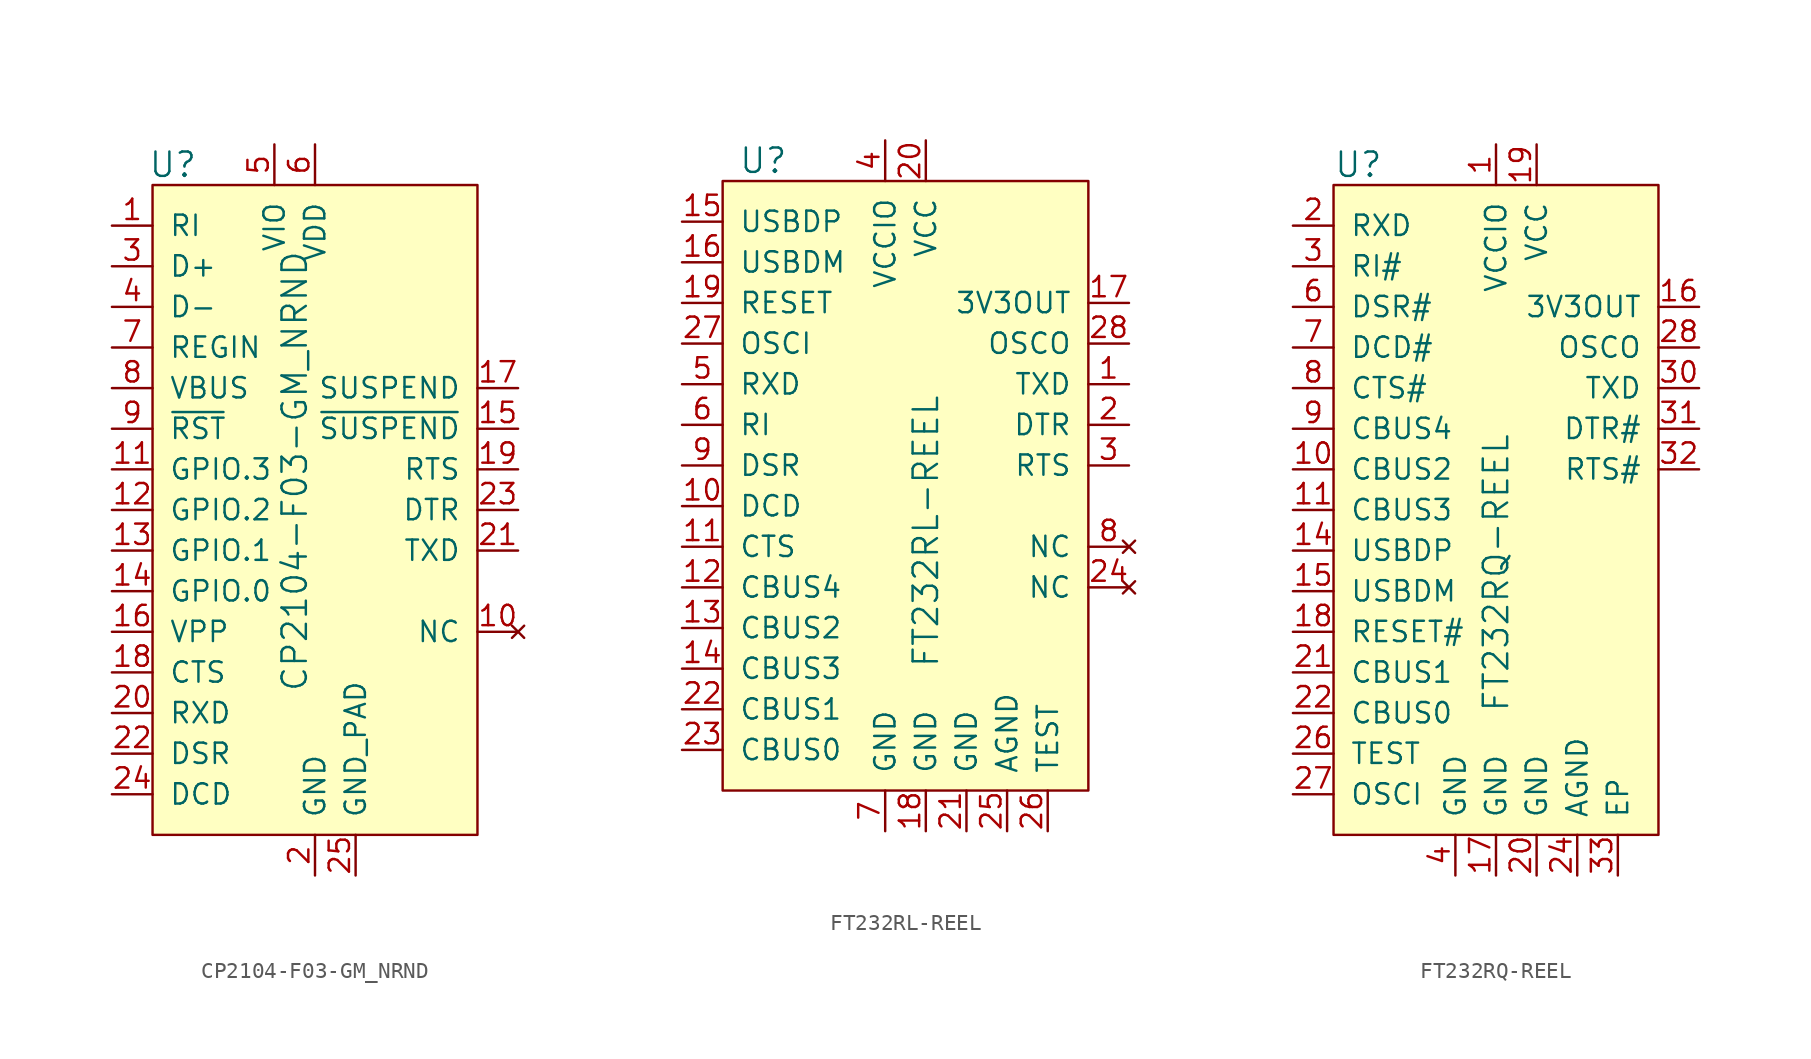
<source format=kicad_sym>
(kicad_symbol_lib
  (version 20220914)
  (generator kicad_symbol_editor)
  (symbol "CP2104-F03-GM_NRND"
    (pin_names
      (offset 1.016))
    (property "Reference" "U"
      (at -8.89 16.51 0)
      (effects (font (size 1.524 1.524))))
    (property "Value" "CP2104-F03-GM_NRND"
      (at -1.27 -16.51 90)
      (effects (font (size 1.524 1.524)) (justify left)))
    (symbol "CP2104-F03-GM_NRND_0_1"
      (rectangle (start -10.16 15.24) (end 10.16 -25.4) (stroke (width 0) (type solid)) (fill (type background))))
    (symbol "CP2104-F03-GM_NRND_1_1"
      (pin input line (at -12.7 12.7 0) (length 2.54) (name "RI" (effects (font (size 1.27 1.27)))) (number "1" (effects (font (size 1.27 1.27)))))
      (pin no_connect line (at 12.7 -12.7 180) (length 2.54) (name "NC" (effects (font (size 1.27 1.27)))) (number "10" (effects (font (size 1.27 1.27)))))
      (pin bidirectional line (at -12.7 -2.54 0) (length 2.54) (name "GPIO.3" (effects (font (size 1.27 1.27)))) (number "11" (effects (font (size 1.27 1.27)))))
      (pin bidirectional line (at -12.7 -5.08 0) (length 2.54) (name "GPIO.2" (effects (font (size 1.27 1.27)))) (number "12" (effects (font (size 1.27 1.27)))))
      (pin bidirectional line (at -12.7 -7.62 0) (length 2.54) (name "GPIO.1" (effects (font (size 1.27 1.27)))) (number "13" (effects (font (size 1.27 1.27)))))
      (pin bidirectional line (at -12.7 -10.16 0) (length 2.54) (name "GPIO.0" (effects (font (size 1.27 1.27)))) (number "14" (effects (font (size 1.27 1.27)))))
      (pin output line (at 12.7 0 180) (length 2.54) (name "~{SUSPEND}" (effects (font (size 1.27 1.27)))) (number "15" (effects (font (size 1.27 1.27)))))
      (pin input line (at -12.7 -12.7 0) (length 2.54) (name "VPP" (effects (font (size 1.27 1.27)))) (number "16" (effects (font (size 1.27 1.27)))))
      (pin output line (at 12.7 2.54 180) (length 2.54) (name "SUSPEND" (effects (font (size 1.27 1.27)))) (number "17" (effects (font (size 1.27 1.27)))))
      (pin input line (at -12.7 -15.24 0) (length 2.54) (name "CTS" (effects (font (size 1.27 1.27)))) (number "18" (effects (font (size 1.27 1.27)))))
      (pin output line (at 12.7 -2.54 180) (length 2.54) (name "RTS" (effects (font (size 1.27 1.27)))) (number "19" (effects (font (size 1.27 1.27)))))
      (pin power_in line (at 0 -27.94 90) (length 2.54) (name "GND" (effects (font (size 1.27 1.27)))) (number "2" (effects (font (size 1.27 1.27)))))
      (pin input line (at -12.7 -17.78 0) (length 2.54) (name "RXD" (effects (font (size 1.27 1.27)))) (number "20" (effects (font (size 1.27 1.27)))))
      (pin output line (at 12.7 -7.62 180) (length 2.54) (name "TXD" (effects (font (size 1.27 1.27)))) (number "21" (effects (font (size 1.27 1.27)))))
      (pin input line (at -12.7 -20.32 0) (length 2.54) (name "DSR" (effects (font (size 1.27 1.27)))) (number "22" (effects (font (size 1.27 1.27)))))
      (pin output line (at 12.7 -5.08 180) (length 2.54) (name "DTR" (effects (font (size 1.27 1.27)))) (number "23" (effects (font (size 1.27 1.27)))))
      (pin input line (at -12.7 -22.86 0) (length 2.54) (name "DCD" (effects (font (size 1.27 1.27)))) (number "24" (effects (font (size 1.27 1.27)))))
      (pin power_in line (at 2.54 -27.94 90) (length 2.54) (name "GND_PAD" (effects (font (size 1.27 1.27)))) (number "25" (effects (font (size 1.27 1.27)))))
      (pin bidirectional line (at -12.7 10.16 0) (length 2.54) (name "D+" (effects (font (size 1.27 1.27)))) (number "3" (effects (font (size 1.27 1.27)))))
      (pin bidirectional line (at -12.7 7.62 0) (length 2.54) (name "D-" (effects (font (size 1.27 1.27)))) (number "4" (effects (font (size 1.27 1.27)))))
      (pin power_in line (at -2.54 17.78 270) (length 2.54) (name "VIO" (effects (font (size 1.27 1.27)))) (number "5" (effects (font (size 1.27 1.27)))))
      (pin power_in line (at 0 17.78 270) (length 2.54) (name "VDD" (effects (font (size 1.27 1.27)))) (number "6" (effects (font (size 1.27 1.27)))))
      (pin input line (at -12.7 5.08 0) (length 2.54) (name "REGIN" (effects (font (size 1.27 1.27)))) (number "7" (effects (font (size 1.27 1.27)))))
      (pin input line (at -12.7 2.54 0) (length 2.54) (name "VBUS" (effects (font (size 1.27 1.27)))) (number "8" (effects (font (size 1.27 1.27)))))
      (pin bidirectional line (at -12.7 0 0) (length 2.54) (name "~{RST}" (effects (font (size 1.27 1.27)))) (number "9" (effects (font (size 1.27 1.27)))))))
  (symbol "FT232RL-REEL"
    (pin_names
      (offset 1.016))
    (property "Reference" "U"
      (at -12.7 11.43 0)
      (effects (font (size 1.524 1.524))))
    (property "Value" "FT232RL-REEL"
      (at -2.54 -20.32 90)
      (effects (font (size 1.524 1.524)) (justify left)))
    (symbol "FT232RL-REEL_0_1"
      (rectangle (start -15.24 10.16) (end 7.62 -27.94) (stroke (width 0) (type solid)) (fill (type background))))
    (symbol "FT232RL-REEL_1_1"
      (pin output line (at 10.16 -2.54 180) (length 2.54) (name "TXD" (effects (font (size 1.27 1.27)))) (number "1" (effects (font (size 1.27 1.27)))))
      (pin input line (at -17.78 -10.16 0) (length 2.54) (name "DCD" (effects (font (size 1.27 1.27)))) (number "10" (effects (font (size 1.27 1.27)))))
      (pin input line (at -17.78 -12.7 0) (length 2.54) (name "CTS" (effects (font (size 1.27 1.27)))) (number "11" (effects (font (size 1.27 1.27)))))
      (pin bidirectional line (at -17.78 -15.24 0) (length 2.54) (name "CBUS4" (effects (font (size 1.27 1.27)))) (number "12" (effects (font (size 1.27 1.27)))))
      (pin bidirectional line (at -17.78 -17.78 0) (length 2.54) (name "CBUS2" (effects (font (size 1.27 1.27)))) (number "13" (effects (font (size 1.27 1.27)))))
      (pin bidirectional line (at -17.78 -20.32 0) (length 2.54) (name "CBUS3" (effects (font (size 1.27 1.27)))) (number "14" (effects (font (size 1.27 1.27)))))
      (pin bidirectional line (at -17.78 7.62 0) (length 2.54) (name "USBDP" (effects (font (size 1.27 1.27)))) (number "15" (effects (font (size 1.27 1.27)))))
      (pin bidirectional line (at -17.78 5.08 0) (length 2.54) (name "USBDM" (effects (font (size 1.27 1.27)))) (number "16" (effects (font (size 1.27 1.27)))))
      (pin passive line (at 10.16 2.54 180) (length 2.54) (name "3V3OUT" (effects (font (size 1.27 1.27)))) (number "17" (effects (font (size 1.27 1.27)))))
      (pin power_in line (at -2.54 -30.48 90) (length 2.54) (name "GND" (effects (font (size 1.27 1.27)))) (number "18" (effects (font (size 1.27 1.27)))))
      (pin input line (at -17.78 2.54 0) (length 2.54) (name "RESET" (effects (font (size 1.27 1.27)))) (number "19" (effects (font (size 1.27 1.27)))))
      (pin output line (at 10.16 -5.08 180) (length 2.54) (name "DTR" (effects (font (size 1.27 1.27)))) (number "2" (effects (font (size 1.27 1.27)))))
      (pin power_in line (at -2.54 12.7 270) (length 2.54) (name "VCC" (effects (font (size 1.27 1.27)))) (number "20" (effects (font (size 1.27 1.27)))))
      (pin power_in line (at 0 -30.48 90) (length 2.54) (name "GND" (effects (font (size 1.27 1.27)))) (number "21" (effects (font (size 1.27 1.27)))))
      (pin bidirectional line (at -17.78 -22.86 0) (length 2.54) (name "CBUS1" (effects (font (size 1.27 1.27)))) (number "22" (effects (font (size 1.27 1.27)))))
      (pin bidirectional line (at -17.78 -25.4 0) (length 2.54) (name "CBUS0" (effects (font (size 1.27 1.27)))) (number "23" (effects (font (size 1.27 1.27)))))
      (pin no_connect line (at 10.16 -15.24 180) (length 2.54) (name "NC" (effects (font (size 1.27 1.27)))) (number "24" (effects (font (size 1.27 1.27)))))
      (pin power_in line (at 2.54 -30.48 90) (length 2.54) (name "AGND" (effects (font (size 1.27 1.27)))) (number "25" (effects (font (size 1.27 1.27)))))
      (pin power_in line (at 5.08 -30.48 90) (length 2.54) (name "TEST" (effects (font (size 1.27 1.27)))) (number "26" (effects (font (size 1.27 1.27)))))
      (pin input line (at -17.78 0 0) (length 2.54) (name "OSCI" (effects (font (size 1.27 1.27)))) (number "27" (effects (font (size 1.27 1.27)))))
      (pin output line (at 10.16 0 180) (length 2.54) (name "OSCO" (effects (font (size 1.27 1.27)))) (number "28" (effects (font (size 1.27 1.27)))))
      (pin output line (at 10.16 -7.62 180) (length 2.54) (name "RTS" (effects (font (size 1.27 1.27)))) (number "3" (effects (font (size 1.27 1.27)))))
      (pin power_in line (at -5.08 12.7 270) (length 2.54) (name "VCCIO" (effects (font (size 1.27 1.27)))) (number "4" (effects (font (size 1.27 1.27)))))
      (pin input line (at -17.78 -2.54 0) (length 2.54) (name "RXD" (effects (font (size 1.27 1.27)))) (number "5" (effects (font (size 1.27 1.27)))))
      (pin input line (at -17.78 -5.08 0) (length 2.54) (name "RI" (effects (font (size 1.27 1.27)))) (number "6" (effects (font (size 1.27 1.27)))))
      (pin power_in line (at -5.08 -30.48 90) (length 2.54) (name "GND" (effects (font (size 1.27 1.27)))) (number "7" (effects (font (size 1.27 1.27)))))
      (pin no_connect line (at 10.16 -12.7 180) (length 2.54) (name "NC" (effects (font (size 1.27 1.27)))) (number "8" (effects (font (size 1.27 1.27)))))
      (pin input line (at -17.78 -7.62 0) (length 2.54) (name "DSR" (effects (font (size 1.27 1.27)))) (number "9" (effects (font (size 1.27 1.27)))))))
  (symbol "FT232RQ-REEL"
    (pin_names
      (offset 1.016))
    (property "Reference" "U"
      (at -15.24 1.27 0)
      (effects (font (size 1.524 1.524)) (justify left)))
    (property "Value" "FT232RQ-REEL"
      (at -5.08 -33.02 90)
      (effects (font (size 1.524 1.524)) (justify left)))
    (symbol "FT232RQ-REEL_0_1"
      (rectangle (start -15.24 0) (end 5.08 -40.64) (stroke (width 0) (type solid)) (fill (type background))))
    (symbol "FT232RQ-REEL_1_1"
      (pin power_in line (at -5.08 2.54 270) (length 2.54) (name "VCCIO" (effects (font (size 1.27 1.27)))) (number "1" (effects (font (size 1.27 1.27)))))
      (pin bidirectional line (at -17.78 -17.78 0) (length 2.54) (name "CBUS2" (effects (font (size 1.27 1.27)))) (number "10" (effects (font (size 1.27 1.27)))))
      (pin bidirectional line (at -17.78 -20.32 0) (length 2.54) (name "CBUS3" (effects (font (size 1.27 1.27)))) (number "11" (effects (font (size 1.27 1.27)))))
      (pin no_connect line (at 5.08 -22.86 180) (length 2.54) hide (name "NC" (effects (font (size 1.27 1.27)))) (number "12" (effects (font (size 1.27 1.27)))))
      (pin no_connect line (at 5.08 -25.4 180) (length 2.54) hide (name "NC" (effects (font (size 1.27 1.27)))) (number "13" (effects (font (size 1.27 1.27)))))
      (pin bidirectional line (at -17.78 -22.86 0) (length 2.54) (name "USBDP" (effects (font (size 1.27 1.27)))) (number "14" (effects (font (size 1.27 1.27)))))
      (pin bidirectional line (at -17.78 -25.4 0) (length 2.54) (name "USBDM" (effects (font (size 1.27 1.27)))) (number "15" (effects (font (size 1.27 1.27)))))
      (pin output line (at 7.62 -7.62 180) (length 2.54) (name "3V3OUT" (effects (font (size 1.27 1.27)))) (number "16" (effects (font (size 1.27 1.27)))))
      (pin power_in line (at -5.08 -43.18 90) (length 2.54) (name "GND" (effects (font (size 1.27 1.27)))) (number "17" (effects (font (size 1.27 1.27)))))
      (pin input line (at -17.78 -27.94 0) (length 2.54) (name "RESET#" (effects (font (size 1.27 1.27)))) (number "18" (effects (font (size 1.27 1.27)))))
      (pin power_in line (at -2.54 2.54 270) (length 2.54) (name "VCC" (effects (font (size 1.27 1.27)))) (number "19" (effects (font (size 1.27 1.27)))))
      (pin input line (at -17.78 -2.54 0) (length 2.54) (name "RXD" (effects (font (size 1.27 1.27)))) (number "2" (effects (font (size 1.27 1.27)))))
      (pin power_in line (at -2.54 -43.18 90) (length 2.54) (name "GND" (effects (font (size 1.27 1.27)))) (number "20" (effects (font (size 1.27 1.27)))))
      (pin bidirectional line (at -17.78 -30.48 0) (length 2.54) (name "CBUS1" (effects (font (size 1.27 1.27)))) (number "21" (effects (font (size 1.27 1.27)))))
      (pin bidirectional line (at -17.78 -33.02 0) (length 2.54) (name "CBUS0" (effects (font (size 1.27 1.27)))) (number "22" (effects (font (size 1.27 1.27)))))
      (pin no_connect line (at 5.08 -27.94 180) (length 2.54) hide (name "NC" (effects (font (size 1.27 1.27)))) (number "23" (effects (font (size 1.27 1.27)))))
      (pin power_in line (at 0 -43.18 90) (length 2.54) (name "AGND" (effects (font (size 1.27 1.27)))) (number "24" (effects (font (size 1.27 1.27)))))
      (pin no_connect line (at 5.08 -30.48 180) (length 2.54) hide (name "NC" (effects (font (size 1.27 1.27)))) (number "25" (effects (font (size 1.27 1.27)))))
      (pin input line (at -17.78 -35.56 0) (length 2.54) (name "TEST" (effects (font (size 1.27 1.27)))) (number "26" (effects (font (size 1.27 1.27)))))
      (pin input line (at -17.78 -38.1 0) (length 2.54) (name "OSCI" (effects (font (size 1.27 1.27)))) (number "27" (effects (font (size 1.27 1.27)))))
      (pin output line (at 7.62 -10.16 180) (length 2.54) (name "OSCO" (effects (font (size 1.27 1.27)))) (number "28" (effects (font (size 1.27 1.27)))))
      (pin no_connect line (at 5.08 -33.02 180) (length 2.54) hide (name "NC" (effects (font (size 1.27 1.27)))) (number "29" (effects (font (size 1.27 1.27)))))
      (pin input line (at -17.78 -5.08 0) (length 2.54) (name "RI#" (effects (font (size 1.27 1.27)))) (number "3" (effects (font (size 1.27 1.27)))))
      (pin output line (at 7.62 -12.7 180) (length 2.54) (name "TXD" (effects (font (size 1.27 1.27)))) (number "30" (effects (font (size 1.27 1.27)))))
      (pin output line (at 7.62 -15.24 180) (length 2.54) (name "DTR#" (effects (font (size 1.27 1.27)))) (number "31" (effects (font (size 1.27 1.27)))))
      (pin output line (at 7.62 -17.78 180) (length 2.54) (name "RTS#" (effects (font (size 1.27 1.27)))) (number "32" (effects (font (size 1.27 1.27)))))
      (pin unspecified line (at 2.54 -43.18 90) (length 2.54) (name "EP" (effects (font (size 1.27 1.27)))) (number "33" (effects (font (size 1.27 1.27)))))
      (pin power_in line (at -7.62 -43.18 90) (length 2.54) (name "GND" (effects (font (size 1.27 1.27)))) (number "4" (effects (font (size 1.27 1.27)))))
      (pin no_connect line (at 5.08 -20.32 180) (length 2.54) hide (name "NC" (effects (font (size 1.27 1.27)))) (number "5" (effects (font (size 1.27 1.27)))))
      (pin input line (at -17.78 -7.62 0) (length 2.54) (name "DSR#" (effects (font (size 1.27 1.27)))) (number "6" (effects (font (size 1.27 1.27)))))
      (pin input line (at -17.78 -10.16 0) (length 2.54) (name "DCD#" (effects (font (size 1.27 1.27)))) (number "7" (effects (font (size 1.27 1.27)))))
      (pin input line (at -17.78 -12.7 0) (length 2.54) (name "CTS#" (effects (font (size 1.27 1.27)))) (number "8" (effects (font (size 1.27 1.27)))))
      (pin bidirectional line (at -17.78 -15.24 0) (length 2.54) (name "CBUS4" (effects (font (size 1.27 1.27)))) (number "9" (effects (font (size 1.27 1.27))))))))
</source>
